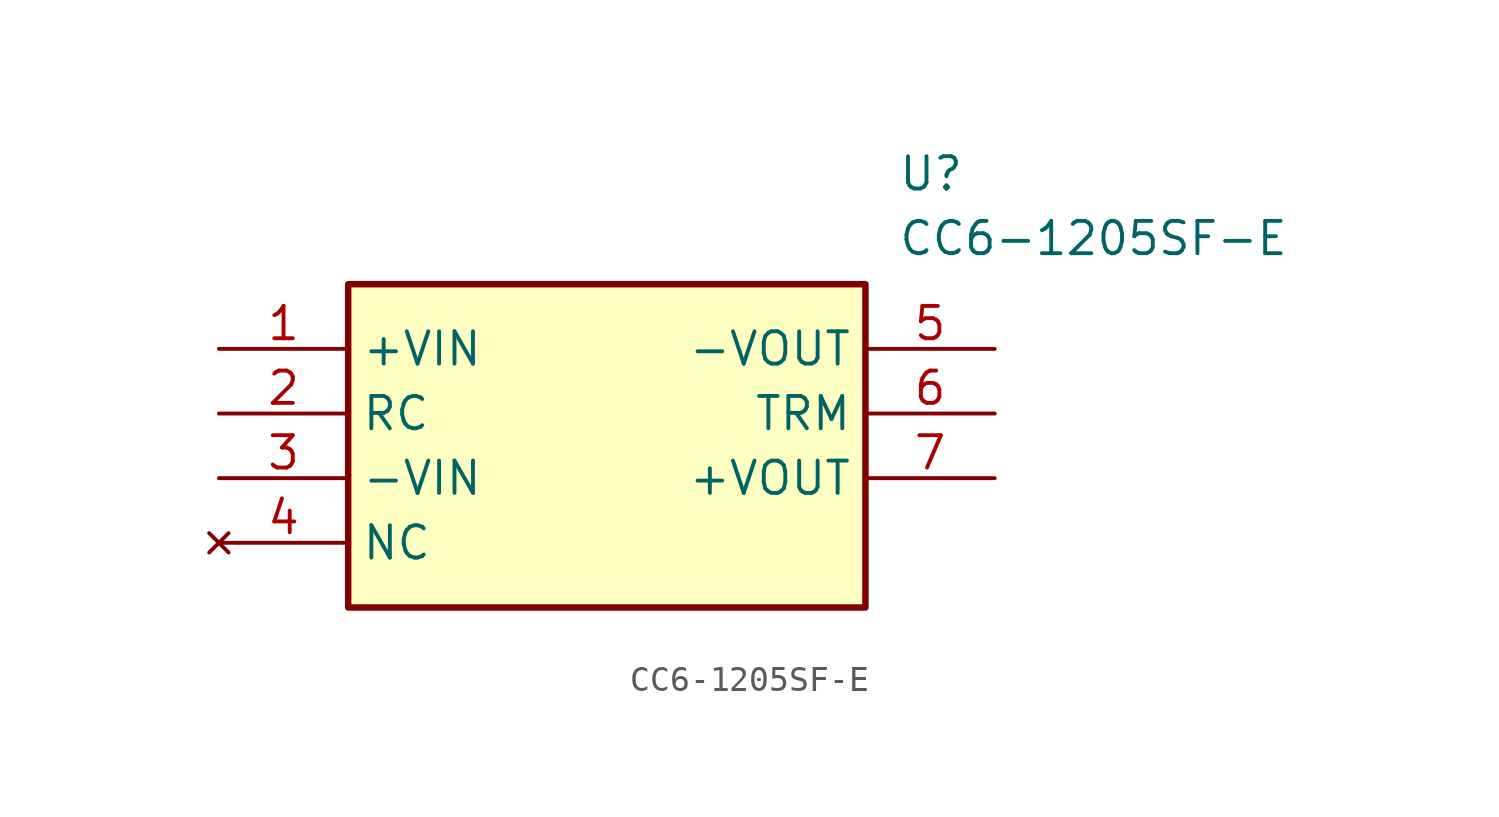
<source format=kicad_sym>
(kicad_symbol_lib
  (version 20211014)
  (generator SamacSys_ECAD_Model)
  (symbol "CC6-1205SF-E"
    (property "Reference" "U"
      (at 26.67 7.62 0)
      (effects (font (size 1.27 1.27)) (justify left top)))
    (property "Value" "CC6-1205SF-E"
      (at 26.67 5.08 0)
      (effects (font (size 1.27 1.27)) (justify left top)))
    (rectangle
      (start 5.08 2.54)
      (end 25.4 -10.16)
      (stroke (width 0.254) (type default))
      (fill (type background)))
    (pin passive line
      (at 0 0 0)
      (length 5.08)
      (name "+VIN" (effects (font (size 1.27 1.27))))
      (number "1" (effects (font (size 1.27 1.27)))))
    (pin passive line
      (at 0 -2.54 0)
      (length 5.08)
      (name "RC" (effects (font (size 1.27 1.27))))
      (number "2" (effects (font (size 1.27 1.27)))))
    (pin passive line
      (at 0 -5.08 0)
      (length 5.08)
      (name "-VIN" (effects (font (size 1.27 1.27))))
      (number "3" (effects (font (size 1.27 1.27)))))
    (pin no_connect line
      (at 0 -7.62 0)
      (length 5.08)
      (name "NC" (effects (font (size 1.27 1.27))))
      (number "4" (effects (font (size 1.27 1.27)))))
    (pin passive line
      (at 30.48 0 180)
      (length 5.08)
      (name "-VOUT" (effects (font (size 1.27 1.27))))
      (number "5" (effects (font (size 1.27 1.27)))))
    (pin passive line
      (at 30.48 -2.54 180)
      (length 5.08)
      (name "TRM" (effects (font (size 1.27 1.27))))
      (number "6" (effects (font (size 1.27 1.27)))))
    (pin passive line
      (at 30.48 -5.08 180)
      (length 5.08)
      (name "+VOUT" (effects (font (size 1.27 1.27))))
      (number "7" (effects (font (size 1.27 1.27)))))))
</source>
